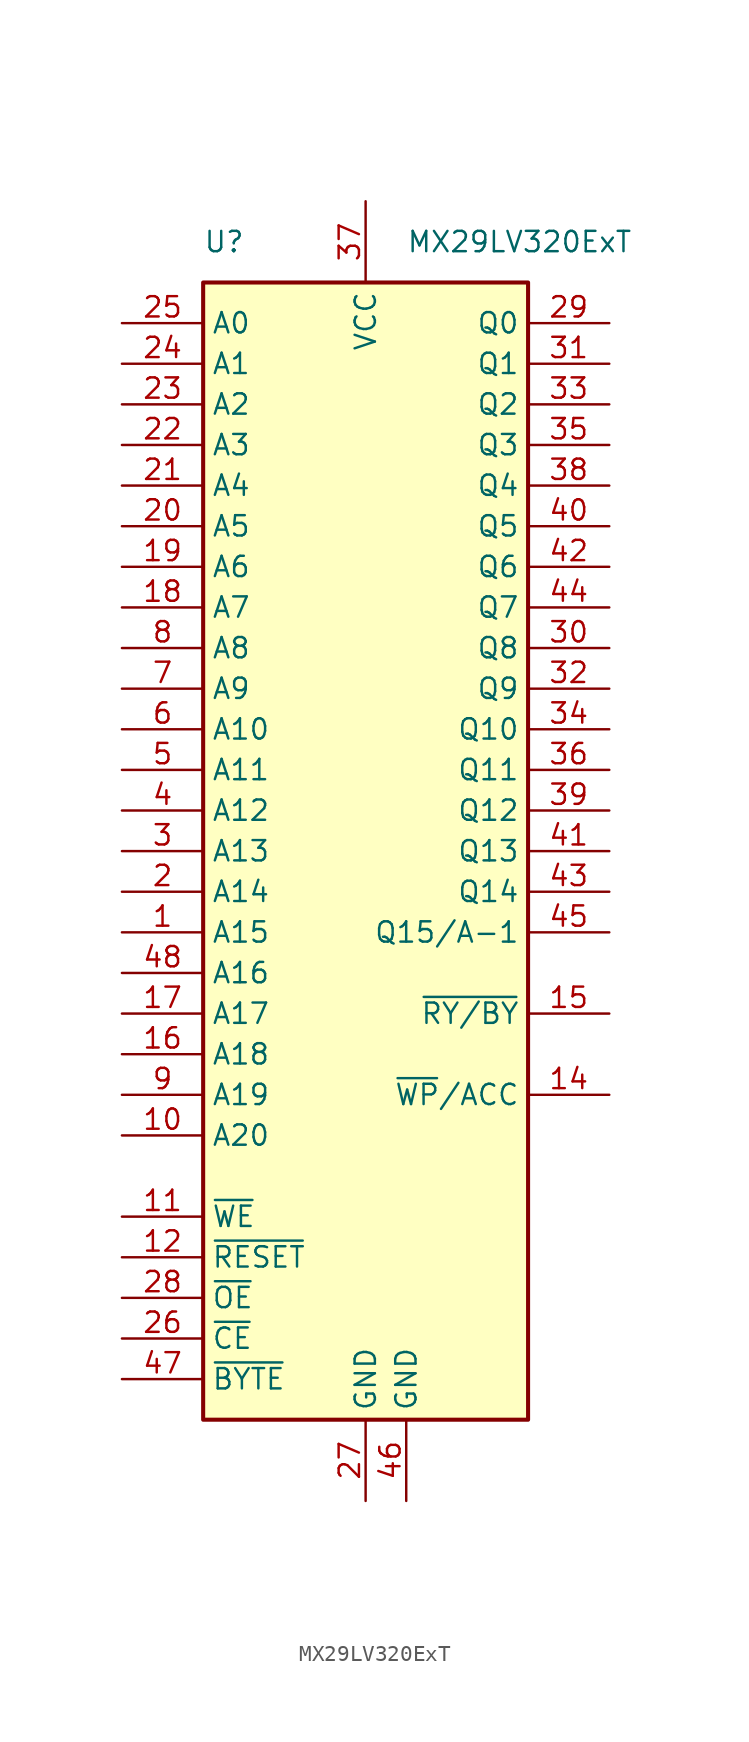
<source format=kicad_sym>
(kicad_symbol_lib
  (version 20241209)
  (generator "kicad_symbol_editor")
  (generator_version "9.0")
  (symbol "MX29LV320ExT"
    (property "Reference" "U"
      (at -10.16 38.1 0)
      (effects (font (size 1.27 1.27)) (justify left)))
    (property "Value" "MX29LV320ExT"
      (at 2.54 38.1 0)
      (effects (font (size 1.27 1.27)) (justify left)))
    (symbol "MX29LV320ExT_1_1"
      (rectangle (start -10.16 35.56) (end 10.16 -35.56) (stroke (width 0.254) (type default)) (fill (type background)))
      (pin input line (at -15.24 33.02 0) (length 5.08) (name "A0" (effects (font (size 1.27 1.27)))) (number "25" (effects (font (size 1.27 1.27)))))
      (pin input line (at -15.24 30.48 0) (length 5.08) (name "A1" (effects (font (size 1.27 1.27)))) (number "24" (effects (font (size 1.27 1.27)))))
      (pin input line (at -15.24 27.94 0) (length 5.08) (name "A2" (effects (font (size 1.27 1.27)))) (number "23" (effects (font (size 1.27 1.27)))))
      (pin input line (at -15.24 25.4 0) (length 5.08) (name "A3" (effects (font (size 1.27 1.27)))) (number "22" (effects (font (size 1.27 1.27)))))
      (pin input line (at -15.24 22.86 0) (length 5.08) (name "A4" (effects (font (size 1.27 1.27)))) (number "21" (effects (font (size 1.27 1.27)))))
      (pin input line (at -15.24 20.32 0) (length 5.08) (name "A5" (effects (font (size 1.27 1.27)))) (number "20" (effects (font (size 1.27 1.27)))))
      (pin input line (at -15.24 17.78 0) (length 5.08) (name "A6" (effects (font (size 1.27 1.27)))) (number "19" (effects (font (size 1.27 1.27)))))
      (pin input line (at -15.24 15.24 0) (length 5.08) (name "A7" (effects (font (size 1.27 1.27)))) (number "18" (effects (font (size 1.27 1.27)))))
      (pin input line (at -15.24 12.7 0) (length 5.08) (name "A8" (effects (font (size 1.27 1.27)))) (number "8" (effects (font (size 1.27 1.27)))))
      (pin input line (at -15.24 10.16 0) (length 5.08) (name "A9" (effects (font (size 1.27 1.27)))) (number "7" (effects (font (size 1.27 1.27)))))
      (pin input line (at -15.24 7.62 0) (length 5.08) (name "A10" (effects (font (size 1.27 1.27)))) (number "6" (effects (font (size 1.27 1.27)))))
      (pin input line (at -15.24 5.08 0) (length 5.08) (name "A11" (effects (font (size 1.27 1.27)))) (number "5" (effects (font (size 1.27 1.27)))))
      (pin input line (at -15.24 2.54 0) (length 5.08) (name "A12" (effects (font (size 1.27 1.27)))) (number "4" (effects (font (size 1.27 1.27)))))
      (pin input line (at -15.24 0 0) (length 5.08) (name "A13" (effects (font (size 1.27 1.27)))) (number "3" (effects (font (size 1.27 1.27)))))
      (pin input line (at -15.24 -2.54 0) (length 5.08) (name "A14" (effects (font (size 1.27 1.27)))) (number "2" (effects (font (size 1.27 1.27)))))
      (pin input line (at -15.24 -5.08 0) (length 5.08) (name "A15" (effects (font (size 1.27 1.27)))) (number "1" (effects (font (size 1.27 1.27)))))
      (pin input line (at -15.24 -7.62 0) (length 5.08) (name "A16" (effects (font (size 1.27 1.27)))) (number "48" (effects (font (size 1.27 1.27)))))
      (pin input line (at -15.24 -10.16 0) (length 5.08) (name "A17" (effects (font (size 1.27 1.27)))) (number "17" (effects (font (size 1.27 1.27)))))
      (pin input line (at -15.24 -12.7 0) (length 5.08) (name "A18" (effects (font (size 1.27 1.27)))) (number "16" (effects (font (size 1.27 1.27)))))
      (pin input line (at -15.24 -15.24 0) (length 5.08) (name "A19" (effects (font (size 1.27 1.27)))) (number "9" (effects (font (size 1.27 1.27)))))
      (pin input line (at -15.24 -17.78 0) (length 5.08) (name "A20" (effects (font (size 1.27 1.27)))) (number "10" (effects (font (size 1.27 1.27)))))
      (pin input line (at -15.24 -22.86 0) (length 5.08) (name "~{WE}" (effects (font (size 1.27 1.27)))) (number "11" (effects (font (size 1.27 1.27)))))
      (pin input line (at -15.24 -25.4 0) (length 5.08) (name "~{RESET}" (effects (font (size 1.27 1.27)))) (number "12" (effects (font (size 1.27 1.27)))))
      (pin input line (at -15.24 -27.94 0) (length 5.08) (name "~{OE}" (effects (font (size 1.27 1.27)))) (number "28" (effects (font (size 1.27 1.27)))))
      (pin input line (at -15.24 -30.48 0) (length 5.08) (name "~{CE}" (effects (font (size 1.27 1.27)))) (number "26" (effects (font (size 1.27 1.27)))))
      (pin input line (at -15.24 -33.02 0) (length 5.08) (name "~{BYTE}" (effects (font (size 1.27 1.27)))) (number "47" (effects (font (size 1.27 1.27)))))
      (pin no_connect line (at -10.16 -20.32 0) (length 5.08) (hide yes) (name "NC" (effects (font (size 1.27 1.27)))) (number "13" (effects (font (size 1.27 1.27)))))
      (pin power_in line (at 0 40.64 270) (length 5.08) (name "VCC" (effects (font (size 1.27 1.27)))) (number "37" (effects (font (size 1.27 1.27)))))
      (pin power_in line (at 0 -40.64 90) (length 5.08) (name "GND" (effects (font (size 1.27 1.27)))) (number "27" (effects (font (size 1.27 1.27)))))
      (pin power_in line (at 2.54 -40.64 90) (length 5.08) (name "GND" (effects (font (size 1.27 1.27)))) (number "46" (effects (font (size 1.27 1.27)))))
      (pin bidirectional line (at 15.24 33.02 180) (length 5.08) (name "Q0" (effects (font (size 1.27 1.27)))) (number "29" (effects (font (size 1.27 1.27)))))
      (pin bidirectional line (at 15.24 30.48 180) (length 5.08) (name "Q1" (effects (font (size 1.27 1.27)))) (number "31" (effects (font (size 1.27 1.27)))))
      (pin bidirectional line (at 15.24 27.94 180) (length 5.08) (name "Q2" (effects (font (size 1.27 1.27)))) (number "33" (effects (font (size 1.27 1.27)))))
      (pin bidirectional line (at 15.24 25.4 180) (length 5.08) (name "Q3" (effects (font (size 1.27 1.27)))) (number "35" (effects (font (size 1.27 1.27)))))
      (pin bidirectional line (at 15.24 22.86 180) (length 5.08) (name "Q4" (effects (font (size 1.27 1.27)))) (number "38" (effects (font (size 1.27 1.27)))))
      (pin bidirectional line (at 15.24 20.32 180) (length 5.08) (name "Q5" (effects (font (size 1.27 1.27)))) (number "40" (effects (font (size 1.27 1.27)))))
      (pin bidirectional line (at 15.24 17.78 180) (length 5.08) (name "Q6" (effects (font (size 1.27 1.27)))) (number "42" (effects (font (size 1.27 1.27)))))
      (pin bidirectional line (at 15.24 15.24 180) (length 5.08) (name "Q7" (effects (font (size 1.27 1.27)))) (number "44" (effects (font (size 1.27 1.27)))))
      (pin bidirectional line (at 15.24 12.7 180) (length 5.08) (name "Q8" (effects (font (size 1.27 1.27)))) (number "30" (effects (font (size 1.27 1.27)))))
      (pin bidirectional line (at 15.24 10.16 180) (length 5.08) (name "Q9" (effects (font (size 1.27 1.27)))) (number "32" (effects (font (size 1.27 1.27)))))
      (pin bidirectional line (at 15.24 7.62 180) (length 5.08) (name "Q10" (effects (font (size 1.27 1.27)))) (number "34" (effects (font (size 1.27 1.27)))))
      (pin bidirectional line (at 15.24 5.08 180) (length 5.08) (name "Q11" (effects (font (size 1.27 1.27)))) (number "36" (effects (font (size 1.27 1.27)))))
      (pin bidirectional line (at 15.24 2.54 180) (length 5.08) (name "Q12" (effects (font (size 1.27 1.27)))) (number "39" (effects (font (size 1.27 1.27)))))
      (pin bidirectional line (at 15.24 0 180) (length 5.08) (name "Q13" (effects (font (size 1.27 1.27)))) (number "41" (effects (font (size 1.27 1.27)))))
      (pin bidirectional line (at 15.24 -2.54 180) (length 5.08) (name "Q14" (effects (font (size 1.27 1.27)))) (number "43" (effects (font (size 1.27 1.27)))))
      (pin bidirectional line (at 15.24 -5.08 180) (length 5.08) (name "Q15/A-1" (effects (font (size 1.27 1.27)))) (number "45" (effects (font (size 1.27 1.27)))))
      (pin output line (at 15.24 -10.16 180) (length 5.08) (name "~{RY/BY}" (effects (font (size 1.27 1.27)))) (number "15" (effects (font (size 1.27 1.27)))))
      (pin input line (at 15.24 -15.24 180) (length 5.08) (name "~{WP}/ACC" (effects (font (size 1.27 1.27)))) (number "14" (effects (font (size 1.27 1.27))))))))
</source>
